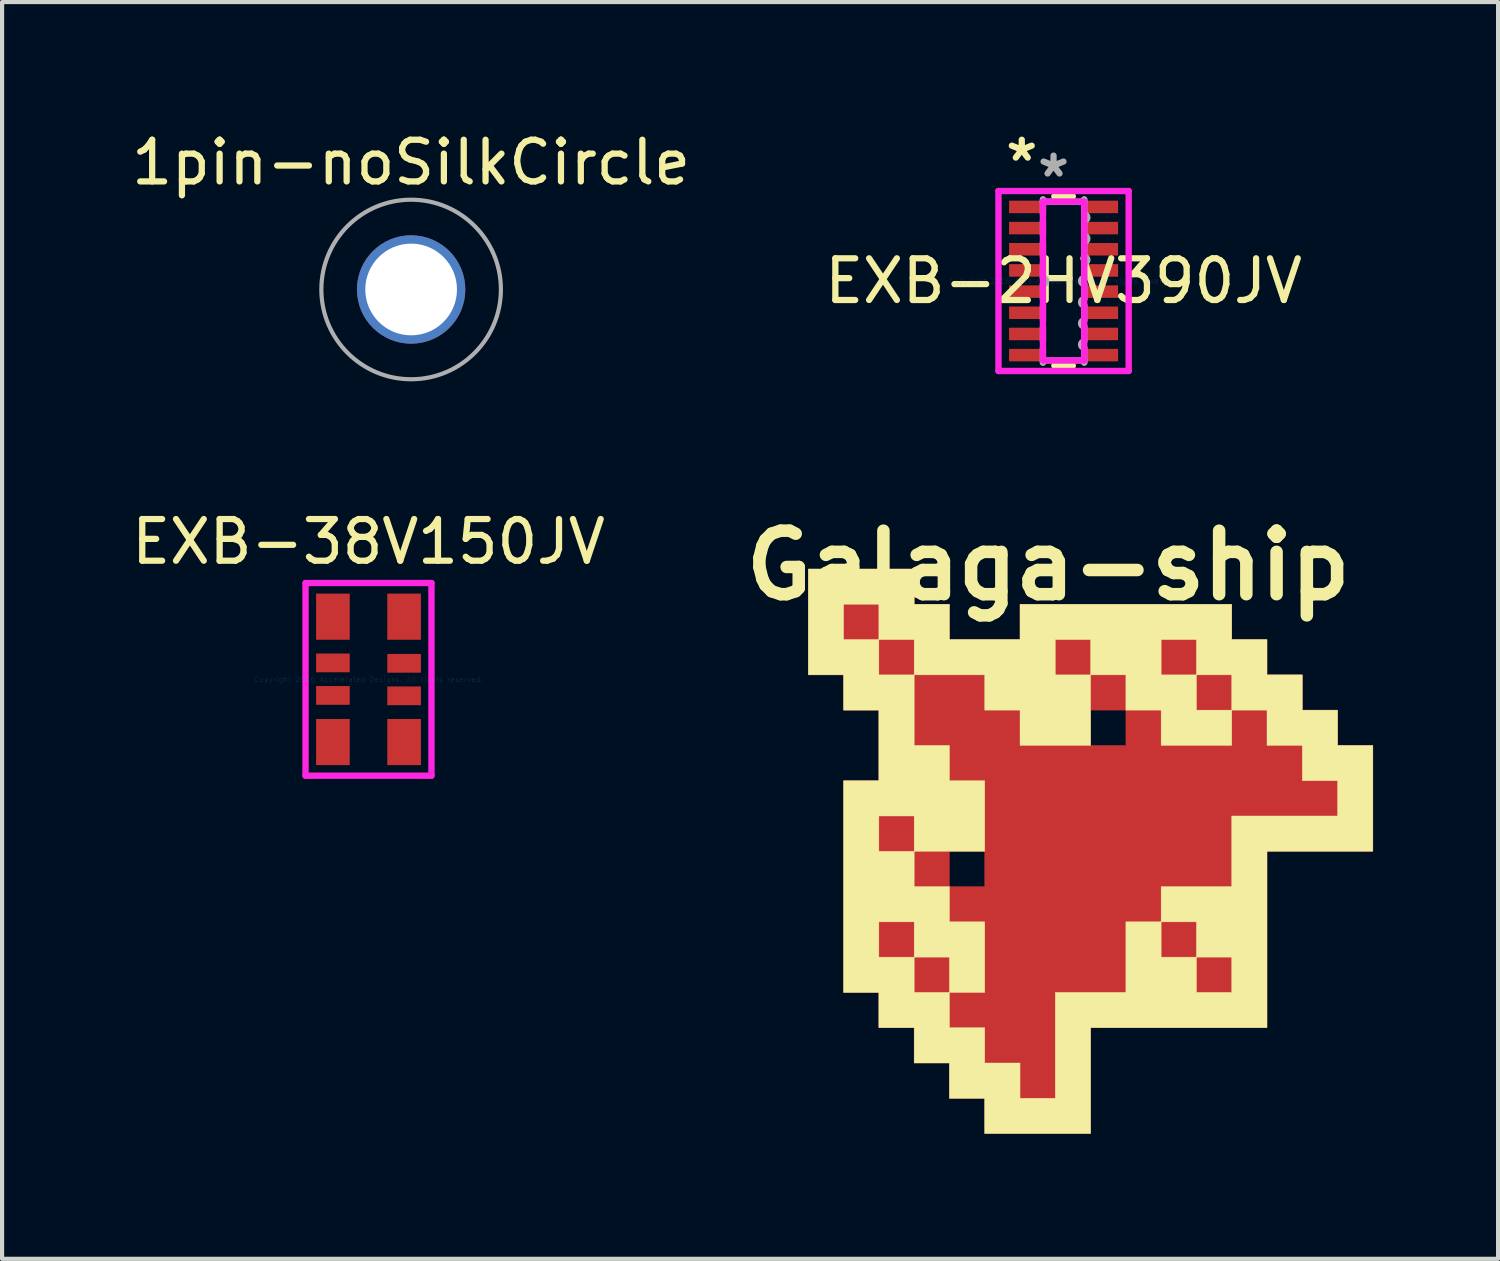
<source format=kicad_pcb>
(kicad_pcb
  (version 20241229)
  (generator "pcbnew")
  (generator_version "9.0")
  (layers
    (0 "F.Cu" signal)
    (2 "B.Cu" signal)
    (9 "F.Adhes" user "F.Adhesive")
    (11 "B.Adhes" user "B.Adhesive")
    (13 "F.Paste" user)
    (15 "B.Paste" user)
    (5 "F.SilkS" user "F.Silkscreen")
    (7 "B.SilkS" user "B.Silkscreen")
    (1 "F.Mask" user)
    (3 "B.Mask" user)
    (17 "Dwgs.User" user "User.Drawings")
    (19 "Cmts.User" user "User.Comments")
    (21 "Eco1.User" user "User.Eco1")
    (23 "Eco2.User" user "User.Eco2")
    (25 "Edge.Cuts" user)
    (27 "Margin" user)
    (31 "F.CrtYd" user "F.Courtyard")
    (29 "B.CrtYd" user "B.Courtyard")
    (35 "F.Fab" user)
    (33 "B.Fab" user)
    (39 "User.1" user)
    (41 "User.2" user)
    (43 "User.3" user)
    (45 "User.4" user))
  (footprint "EXB-38V150JV"
    (layer "F.Cu")
    (at 5.792 13.251)
    (property "Reference" "EXB-38V150JV" (at 0 -3.302 0) (layer "F.SilkS") (effects (font (size 1 1) (thickness 0.15))))
    (attr through_hole)
    (fp_line (start -1.511 -2.311) (end 1.511 -2.311) (stroke (width 0.152) (type solid)) (layer "F.CrtYd"))
    (fp_line (start -1.511 2.311) (end -1.511 -2.311) (stroke (width 0.152) (type solid)) (layer "F.CrtYd"))
    (fp_line (start 1.511 -2.311) (end 1.511 2.311) (stroke (width 0.152) (type solid)) (layer "F.CrtYd"))
    (fp_line (start 1.511 2.311) (end -1.511 2.311) (stroke (width 0.152) (type solid)) (layer "F.CrtYd"))
    (fp_text user "Copyright 2016 Accelerated Designs. All rights reserved." (at 0 0 0) (layer "Cmts.User") (effects (font (size 0.127 0.127) (thickness 0.002))))
    (pad "1" smd rect (at -0.854 -1.504) (size 0.807 1.107) (layers "F.Cu" "F.Mask" "F.Paste"))
    (pad "2" smd rect (at -0.854 -0.395) (size 0.807 0.45) (layers "F.Cu" "F.Mask" "F.Paste"))
    (pad "3" smd rect (at -0.854 0.385) (size 0.807 0.45) (layers "F.Cu" "F.Mask" "F.Paste"))
    (pad "4" smd rect (at -0.854 1.504) (size 0.807 1.107) (layers "F.Cu" "F.Mask" "F.Paste"))
    (pad "5" smd rect (at 0.854 1.504) (size 0.807 1.107) (layers "F.Cu" "F.Mask" "F.Paste"))
    (pad "6" smd rect (at 0.854 0.395) (size 0.807 0.45) (layers "F.Cu" "F.Mask" "F.Paste"))
    (pad "7" smd rect (at 0.854 -0.385) (size 0.807 0.45) (layers "F.Cu" "F.Mask" "F.Paste"))
    (pad "8" smd rect (at 0.854 -1.504) (size 0.807 1.107) (layers "F.Cu" "F.Mask" "F.Paste")))
  (footprint "1pin-noSilkCircle"
    (layer "F.Cu")
    (at 6.815 3.896)
    (property "Reference" "1pin-noSilkCircle" (at 0 -3.048 0) (layer "F.SilkS") (effects (font (size 1 1) (thickness 0.15))))
    (attr through_hole)
    (fp_circle (center 0 0) (end 2 0.8) (stroke (width 0.1) (type solid)) (fill no) (layer "F.Fab"))
    (pad "1" thru_hole circle (at 0 0) (size 2.6 2.6) (drill 2.2) (layers "*.Cu" "*.Mask")))
  (footprint "EXB-2HV390JV"
    (layer "F.Cu")
    (at 22.47 3.693)
    (property "Reference" "EXB-2HV390JV" (at 0 0 0) (layer "F.SilkS") (effects (font (size 1 1) (thickness 0.15))))
    (attr through_hole)
    (fp_line (start -0.222 2.032) (end 0.222 2.032) (stroke (width 0.152) (type solid)) (layer "F.SilkS"))
    (fp_line (start 0.222 -2.032) (end -0.222 -2.032) (stroke (width 0.152) (type solid)) (layer "F.SilkS"))
    (fp_line (start -1.562 -2.159) (end 1.562 -2.159) (stroke (width 0.152) (type solid)) (layer "F.CrtYd"))
    (fp_line (start -1.562 2.159) (end -1.562 -2.159) (stroke (width 0.152) (type solid)) (layer "F.CrtYd"))
    (fp_line (start -0.495 -1.905) (end 0.495 -1.905) (stroke (width 0.152) (type solid)) (layer "F.CrtYd"))
    (fp_line (start -0.495 1.905) (end -0.495 -1.905) (stroke (width 0.152) (type solid)) (layer "F.CrtYd"))
    (fp_line (start 0.495 -1.905) (end 0.495 1.905) (stroke (width 0.152) (type solid)) (layer "F.CrtYd"))
    (fp_line (start 0.495 1.905) (end -0.495 1.905) (stroke (width 0.152) (type solid)) (layer "F.CrtYd"))
    (fp_line (start 1.562 -2.159) (end 1.562 2.159) (stroke (width 0.152) (type solid)) (layer "F.CrtYd"))
    (fp_line (start 1.562 2.159) (end -1.562 2.159) (stroke (width 0.152) (type solid)) (layer "F.CrtYd"))
    (fp_line (start -0.495 -1.956) (end -0.495 -1.6) (stroke (width 0.152) (type solid)) (layer "F.Fab"))
    (fp_line (start -0.495 -1.905) (end -0.495 -1.956) (stroke (width 0.152) (type solid)) (layer "F.Fab"))
    (fp_line (start -0.495 -1.448) (end -0.495 -1.092) (stroke (width 0.152) (type solid)) (layer "F.Fab"))
    (fp_line (start -0.495 -0.94) (end -0.495 -0.584) (stroke (width 0.152) (type solid)) (layer "F.Fab"))
    (fp_line (start -0.495 -0.432) (end -0.495 -0.076) (stroke (width 0.152) (type solid)) (layer "F.Fab"))
    (fp_line (start -0.495 0.076) (end -0.495 0.432) (stroke (width 0.152) (type solid)) (layer "F.Fab"))
    (fp_line (start -0.495 0.584) (end -0.495 0.94) (stroke (width 0.152) (type solid)) (layer "F.Fab"))
    (fp_line (start -0.495 1.092) (end -0.495 1.448) (stroke (width 0.152) (type solid)) (layer "F.Fab"))
    (fp_line (start -0.495 1.6) (end -0.495 1.956) (stroke (width 0.152) (type solid)) (layer "F.Fab"))
    (fp_line (start -0.495 1.905) (end 0.495 1.905) (stroke (width 0.152) (type solid)) (layer "F.Fab"))
    (fp_line (start -0.495 1.956) (end -0.495 1.905) (stroke (width 0.152) (type solid)) (layer "F.Fab"))
    (fp_line (start 0.495 -1.956) (end 0.495 -1.6) (stroke (width 0.152) (type solid)) (layer "F.Fab"))
    (fp_line (start 0.495 -1.905) (end -0.495 -1.905) (stroke (width 0.152) (type solid)) (layer "F.Fab"))
    (fp_line (start 0.495 -1.905) (end 0.495 -1.956) (stroke (width 0.152) (type solid)) (layer "F.Fab"))
    (fp_line (start 0.495 -1.448) (end 0.495 -1.092) (stroke (width 0.152) (type solid)) (layer "F.Fab"))
    (fp_line (start 0.495 -0.94) (end 0.495 -0.584) (stroke (width 0.152) (type solid)) (layer "F.Fab"))
    (fp_line (start 0.495 -0.432) (end 0.495 -0.076) (stroke (width 0.152) (type solid)) (layer "F.Fab"))
    (fp_line (start 0.495 0.076) (end 0.495 0.432) (stroke (width 0.152) (type solid)) (layer "F.Fab"))
    (fp_line (start 0.495 0.584) (end 0.495 0.94) (stroke (width 0.152) (type solid)) (layer "F.Fab"))
    (fp_line (start 0.495 1.092) (end 0.495 1.448) (stroke (width 0.152) (type solid)) (layer "F.Fab"))
    (fp_line (start 0.495 1.6) (end 0.495 1.956) (stroke (width 0.152) (type solid)) (layer "F.Fab"))
    (fp_line (start 0.495 1.956) (end 0.495 1.905) (stroke (width 0.152) (type solid)) (layer "F.Fab"))
    (fp_arc (start -0.4953 -0.0762) (mid -0.4191 0) (end -0.4953 0.0762) (stroke (width 0.1524) (type solid)) (layer "F.Fab"))
    (fp_arc (start 0.4953 -1.6002) (mid 0.5715 -1.524) (end 0.4953 -1.4478) (stroke (width 0.1524) (type solid)) (layer "F.Fab"))
    (fp_arc (start 0.4953 -1.0922) (mid 0.5715 -1.016) (end 0.4953 -0.9398) (stroke (width 0.1524) (type solid)) (layer "F.Fab"))
    (fp_arc (start 0.4953 -0.5842) (mid 0.5715 -0.508) (end 0.4953 -0.4318) (stroke (width 0.1524) (type solid)) (layer "F.Fab"))
    (fp_arc (start 0.4953 0.0762) (mid 0.4191 0) (end 0.4953 -0.0762) (stroke (width 0.1524) (type solid)) (layer "F.Fab"))
    (fp_arc (start 0.4953 0.5842) (mid 0.4191 0.508) (end 0.4953 0.4318) (stroke (width 0.1524) (type solid)) (layer "F.Fab"))
    (fp_arc (start 0.4953 1.0922) (mid 0.4191 1.016) (end 0.4953 0.9398) (stroke (width 0.1524) (type solid)) (layer "F.Fab"))
    (fp_arc (start 0.4953 1.6002) (mid 0.4191 1.524) (end 0.4953 1.4478) (stroke (width 0.1524) (type solid)) (layer "F.Fab"))
    (fp_text user "*" (at -1.003 -2.845 0) (layer "F.SilkS") (effects (font (size 1 1) (thickness 0.15))))
    (fp_text user "Copyright 2016 Accelerated Designs. All rights reserved." (at 0 0 0) (layer "Cmts.User") (effects (font (size 0.127 0.127) (thickness 0.002))))
    (fp_text user "*" (at -0.241 -2.464 0) (layer "F.Fab") (effects (font (size 1 1) (thickness 0.15))))
    (pad "1" smd rect (at -0.927 -1.778) (size 0.762 0.3) (layers "F.Cu" "F.Mask" "F.Paste"))
    (pad "2" smd rect (at -0.927 -1.27) (size 0.762 0.3) (layers "F.Cu" "F.Mask" "F.Paste"))
    (pad "3" smd rect (at -0.927 -0.762) (size 0.762 0.3) (layers "F.Cu" "F.Mask" "F.Paste"))
    (pad "4" smd rect (at -0.927 -0.254) (size 0.762 0.3) (layers "F.Cu" "F.Mask" "F.Paste"))
    (pad "5" smd rect (at -0.927 0.254) (size 0.762 0.3) (layers "F.Cu" "F.Mask" "F.Paste"))
    (pad "6" smd rect (at -0.927 0.762) (size 0.762 0.3) (layers "F.Cu" "F.Mask" "F.Paste"))
    (pad "7" smd rect (at -0.927 1.27) (size 0.762 0.3) (layers "F.Cu" "F.Mask" "F.Paste"))
    (pad "8" smd rect (at -0.927 1.778) (size 0.762 0.3) (layers "F.Cu" "F.Mask" "F.Paste"))
    (pad "9" smd rect (at 0.927 1.778) (size 0.762 0.3) (layers "F.Cu" "F.Mask" "F.Paste"))
    (pad "10" smd rect (at 0.927 1.27) (size 0.762 0.3) (layers "F.Cu" "F.Mask" "F.Paste"))
    (pad "11" smd rect (at 0.927 0.762) (size 0.762 0.3) (layers "F.Cu" "F.Mask" "F.Paste"))
    (pad "12" smd rect (at 0.927 0.254) (size 0.762 0.3) (layers "F.Cu" "F.Mask" "F.Paste"))
    (pad "13" smd rect (at 0.927 -0.254) (size 0.762 0.3) (layers "F.Cu" "F.Mask" "F.Paste"))
    (pad "14" smd rect (at 0.927 -0.762) (size 0.762 0.3) (layers "F.Cu" "F.Mask" "F.Paste"))
    (pad "15" smd rect (at 0.927 -1.27) (size 0.762 0.3) (layers "F.Cu" "F.Mask" "F.Paste"))
    (pad "16" smd rect (at 0.927 -1.778) (size 0.762 0.3) (layers "F.Cu" "F.Mask" "F.Paste")))
  (footprint "Galaga-ship"
    (layer "F.Cu")
    (at 23.118 17.376)
    (property "Reference" "Galaga-ship" (at -1.016 -6.858 0) (layer "F.SilkS") (effects (font (size 1.524 1.524) (thickness 0.3))))
    (attr through_hole)
    (fp_poly (pts (xy -4.233 -5.927) (xy -3.387 -5.927) (xy -3.387 -5.08) (xy -1.693 -5.08) (xy -1.693 -5.927) (xy 3.387 -5.927) (xy 3.387 -5.08) (xy 4.233 -5.08) (xy 4.233 -4.233) (xy 5.08 -4.233) (xy 5.08 -3.387) (xy 5.927 -3.387) (xy 5.927 -2.54) (xy 6.773 -2.54) (xy 6.773 0) (xy 4.233 0) (xy 4.233 4.233) (xy 0 4.233) (xy 0 6.773) (xy -2.54 6.773) (xy -2.54 5.927) (xy -3.387 5.927) (xy -3.387 5.08) (xy -4.233 5.08) (xy -4.233 4.233) (xy -5.08 4.233) (xy -5.08 3.387) (xy -5.927 3.387) (xy -5.927 0) (xy -3.387 0) (xy -3.387 0.847) (xy -2.54 0.847) (xy -2.54 0) (xy -3.387 0) (xy -5.927 0) (xy -5.927 -1.693) (xy -5.08 -1.693) (xy -5.08 -3.387) (xy 0 -3.387) (xy 0 -2.54) (xy 0.847 -2.54) (xy 0.847 -3.387) (xy 0 -3.387) (xy -5.08 -3.387) (xy -5.927 -3.387) (xy -5.927 -4.233) (xy -6.773 -4.233) (xy -6.773 -6.773) (xy -4.233 -6.773) (xy -4.233 -5.927)) (stroke (width 0.01) (type solid)) (fill yes) (layer "F.Cu"))
    (fp_poly (pts (xy -4.233 0) (xy -5.08 0) (xy -5.08 -0.847) (xy -4.233 -0.847) (xy -4.233 0)) (stroke (width 0.01) (type solid)) (fill yes) (layer "F.Mask"))
    (fp_poly (pts (xy -4.233 2.54) (xy -5.08 2.54) (xy -5.08 1.693) (xy -4.233 1.693) (xy -4.233 2.54)) (stroke (width 0.01) (type solid)) (fill yes) (layer "F.Mask"))
    (fp_poly (pts (xy -3.387 3.387) (xy -4.233 3.387) (xy -4.233 2.54) (xy -3.387 2.54) (xy -3.387 3.387)) (stroke (width 0.01) (type solid)) (fill yes) (layer "F.Mask"))
    (fp_poly (pts (xy -2.54 0.847) (xy -3.387 0.847) (xy -3.387 0) (xy -2.54 0) (xy -2.54 0.847)) (stroke (width 0.01) (type solid)) (fill yes) (layer "F.Mask"))
    (fp_poly (pts (xy 0 -4.233) (xy -0.847 -4.233) (xy -0.847 -5.08) (xy 0 -5.08) (xy 0 -4.233)) (stroke (width 0.01) (type solid)) (fill yes) (layer "F.Mask"))
    (fp_poly (pts (xy 0.847 -2.54) (xy 0 -2.54) (xy 0 -3.387) (xy 0.847 -3.387) (xy 0.847 -2.54)) (stroke (width 0.01) (type solid)) (fill yes) (layer "F.Mask"))
    (fp_poly (pts (xy 2.54 -4.233) (xy 1.693 -4.233) (xy 1.693 -5.08) (xy 2.54 -5.08) (xy 2.54 -4.233)) (stroke (width 0.01) (type solid)) (fill yes) (layer "F.Mask"))
    (fp_poly (pts (xy 3.387 -3.387) (xy 2.54 -3.387) (xy 2.54 -4.233) (xy 3.387 -4.233) (xy 3.387 -3.387)) (stroke (width 0.01) (type solid)) (fill yes) (layer "F.Mask"))
    (fp_poly (pts (xy 0 -0.847) (xy -0.847 -0.847) (xy -0.847 0) (xy -1.693 0) (xy -1.693 -1.693) (xy 0 -1.693) (xy 0 -0.847)) (stroke (width 0.01) (type solid)) (fill yes) (layer "F.Mask"))
    (fp_poly (pts (xy 0.847 3.387) (xy -0.847 3.387) (xy -0.847 2.54) (xy 0 2.54) (xy 0 1.693) (xy 0.847 1.693) (xy 0.847 3.387)) (stroke (width 0.01) (type solid)) (fill yes) (layer "F.Mask"))
    (fp_poly (pts (xy 3.387 0.847) (xy 1.693 0.847) (xy 1.693 0) (xy 2.54 0) (xy 2.54 -0.847) (xy 3.387 -0.847) (xy 3.387 0.847)) (stroke (width 0.01) (type solid)) (fill yes) (layer "F.Mask"))
    (fp_poly (pts (xy -4.233 -5.927) (xy -3.387 -5.927) (xy -3.387 -5.08) (xy -1.693 -5.08) (xy -0.847 -5.08) (xy -0.847 -4.233) (xy 0 -4.233) (xy 0 -5.08) (xy 1.693 -5.08) (xy 1.693 -4.233) (xy 2.54 -4.233) (xy 2.54 -3.387) (xy 3.387 -3.387) (xy 3.387 -4.233) (xy 2.54 -4.233) (xy 2.54 -5.08) (xy 1.693 -5.08) (xy 0 -5.08) (xy -0.847 -5.08) (xy -1.693 -5.08) (xy -1.693 -5.927) (xy 3.387 -5.927) (xy 3.387 -5.08) (xy 4.233 -5.08) (xy 4.233 -4.233) (xy 5.08 -4.233) (xy 5.08 -3.387) (xy 5.927 -3.387) (xy 5.927 -2.54) (xy 6.773 -2.54) (xy 6.773 0) (xy 4.233 0) (xy 4.233 4.233) (xy 0 4.233) (xy 0 6.773) (xy -2.54 6.773) (xy -2.54 5.927) (xy -3.387 5.927) (xy -3.387 5.08) (xy -4.233 5.08) (xy -4.233 4.233) (xy -5.08 4.233) (xy -5.08 3.387) (xy -5.927 3.387) (xy -5.927 1.693) (xy -5.08 1.693) (xy -5.08 2.54) (xy -4.233 2.54) (xy -4.233 3.387) (xy -3.387 3.387) (xy -3.387 2.54) (xy -4.233 2.54) (xy -4.233 1.693) (xy -5.08 1.693) (xy -5.927 1.693) (xy -5.927 -0.847) (xy -5.08 -0.847) (xy -5.08 0) (xy -4.233 0) (xy -4.233 -0.847) (xy -5.08 -0.847) (xy -5.927 -0.847) (xy -5.927 -1.693) (xy -5.08 -1.693) (xy -5.08 -3.387) (xy -5.927 -3.387) (xy -5.927 -4.233) (xy -6.773 -4.233) (xy -6.773 -5.927) (xy -5.927 -5.927) (xy -5.927 -5.08) (xy -5.08 -5.08) (xy -5.08 -4.233) (xy -4.233 -4.233) (xy -4.233 -2.54) (xy -3.387 -2.54) (xy -3.387 -1.693) (xy -2.54 -1.693) (xy -2.54 0) (xy -4.233 0) (xy -4.233 0.847) (xy -3.387 0.847) (xy -3.387 1.693) (xy -2.54 1.693) (xy -2.54 3.387) (xy -3.387 3.387) (xy -3.387 4.233) (xy -2.54 4.233) (xy -2.54 5.08) (xy -1.693 5.08) (xy -1.693 5.927) (xy -0.847 5.927) (xy -0.847 3.387) (xy 0.847 3.387) (xy 0.847 1.693) (xy 1.693 1.693) (xy 1.693 2.54) (xy 2.54 2.54) (xy 2.54 3.387) (xy 3.387 3.387) (xy 3.387 2.54) (xy 2.54 2.54) (xy 2.54 1.693) (xy 1.693 1.693) (xy 1.693 0.847) (xy 3.387 0.847) (xy 3.387 -0.847) (xy 5.927 -0.847) (xy 5.927 -1.693) (xy 5.08 -1.693) (xy 5.08 -2.54) (xy 4.233 -2.54) (xy 4.233 -3.387) (xy 3.387 -3.387) (xy 3.387 -2.54) (xy 1.693 -2.54) (xy 1.693 -3.387) (xy 0.847 -3.387) (xy 0.847 -4.233) (xy 0 -4.233) (xy 0 -2.54) (xy -1.693 -2.54) (xy -1.693 -3.387) (xy -2.54 -3.387) (xy -2.54 -4.233) (xy -4.233 -4.233) (xy -4.233 -5.08) (xy -5.08 -5.08) (xy -5.08 -5.927) (xy -5.927 -5.927) (xy -6.773 -5.927) (xy -6.773 -6.773) (xy -4.233 -6.773) (xy -4.233 -5.927)) (stroke (width 0.01) (type solid)) (fill yes) (layer "F.SilkS")))
  (gr_rect
    (start -3 -3)
    (end 32.896 27.155)
    (stroke (width 0.1) (type default))
    (fill no)
    (layer "Edge.Cuts")))
</source>
